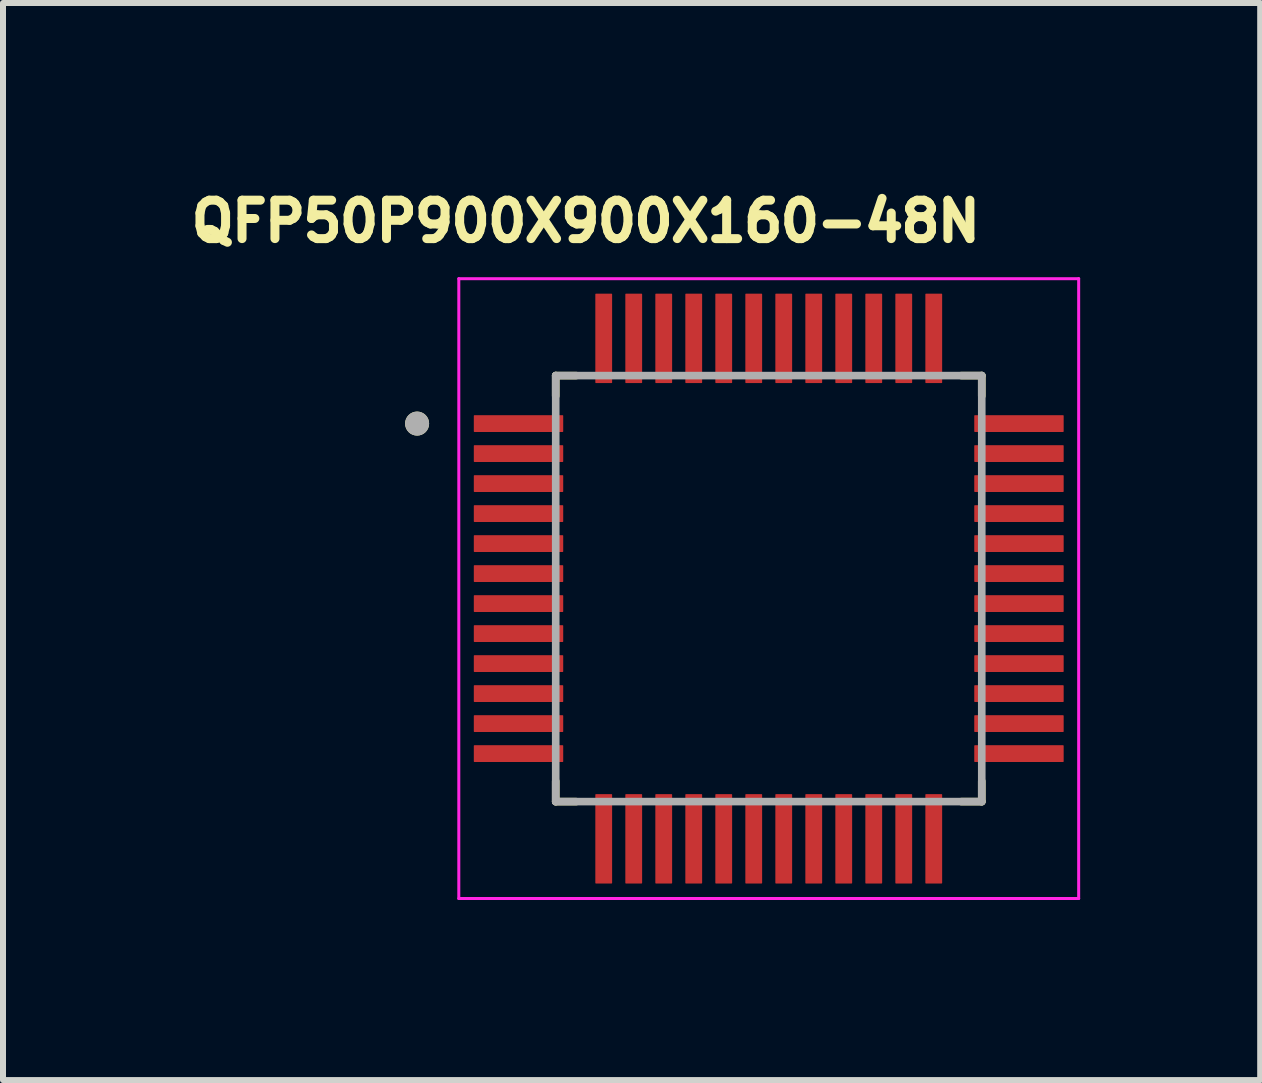
<source format=kicad_pcb>
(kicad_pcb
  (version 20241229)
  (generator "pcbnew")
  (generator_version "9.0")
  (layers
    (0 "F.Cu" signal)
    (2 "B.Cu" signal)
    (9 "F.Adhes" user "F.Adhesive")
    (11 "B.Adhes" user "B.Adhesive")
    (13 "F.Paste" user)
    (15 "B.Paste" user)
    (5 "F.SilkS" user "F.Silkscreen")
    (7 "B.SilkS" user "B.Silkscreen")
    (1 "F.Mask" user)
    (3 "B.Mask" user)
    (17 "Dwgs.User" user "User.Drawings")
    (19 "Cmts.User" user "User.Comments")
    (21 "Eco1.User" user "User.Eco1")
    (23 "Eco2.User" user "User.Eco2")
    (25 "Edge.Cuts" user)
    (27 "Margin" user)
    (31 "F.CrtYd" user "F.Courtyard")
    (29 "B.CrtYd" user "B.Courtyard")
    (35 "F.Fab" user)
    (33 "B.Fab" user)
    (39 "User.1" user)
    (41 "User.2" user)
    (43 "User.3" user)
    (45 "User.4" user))
  (footprint "QFP50P900X900X160-48N"
    (layer "F.Cu")
    (at 9.761 6.759)
    (property "Reference" "QFP50P900X900X160-48N" (at -3.048 -6.121 0) (layer "F.SilkS") (effects (font (size 0.64 0.64) (thickness 0.15))))
    (attr smd)
    (fp_line (start -3.55 -3.55) (end -3.55 -3.21) (stroke (width 0.127) (type solid)) (layer "F.SilkS"))
    (fp_line (start -3.55 -3.55) (end -3.21 -3.55) (stroke (width 0.127) (type solid)) (layer "F.SilkS"))
    (fp_line (start -3.55 3.55) (end -3.55 3.21) (stroke (width 0.127) (type solid)) (layer "F.SilkS"))
    (fp_line (start -3.55 3.55) (end -3.21 3.55) (stroke (width 0.127) (type solid)) (layer "F.SilkS"))
    (fp_line (start 3.55 -3.55) (end 3.21 -3.55) (stroke (width 0.127) (type solid)) (layer "F.SilkS"))
    (fp_line (start 3.55 -3.55) (end 3.55 -3.21) (stroke (width 0.127) (type solid)) (layer "F.SilkS"))
    (fp_line (start 3.55 3.55) (end 3.21 3.55) (stroke (width 0.127) (type solid)) (layer "F.SilkS"))
    (fp_line (start 3.55 3.55) (end 3.55 3.21) (stroke (width 0.127) (type solid)) (layer "F.SilkS"))
    (fp_circle (center -5.86 -2.75) (end -5.76 -2.75) (stroke (width 0.2) (type solid)) (fill no) (layer "F.SilkS"))
    (fp_line (start -5.165 -5.165) (end 5.165 -5.165) (stroke (width 0.05) (type solid)) (layer "F.CrtYd"))
    (fp_line (start -5.165 5.165) (end -5.165 -5.165) (stroke (width 0.05) (type solid)) (layer "F.CrtYd"))
    (fp_line (start -5.165 5.165) (end 5.165 5.165) (stroke (width 0.05) (type solid)) (layer "F.CrtYd"))
    (fp_line (start 5.165 5.165) (end 5.165 -5.165) (stroke (width 0.05) (type solid)) (layer "F.CrtYd"))
    (fp_line (start -3.55 3.55) (end -3.55 -3.55) (stroke (width 0.127) (type solid)) (layer "F.Fab"))
    (fp_line (start 3.55 -3.55) (end -3.55 -3.55) (stroke (width 0.127) (type solid)) (layer "F.Fab"))
    (fp_line (start 3.55 3.55) (end -3.55 3.55) (stroke (width 0.127) (type solid)) (layer "F.Fab"))
    (fp_line (start 3.55 3.55) (end 3.55 -3.55) (stroke (width 0.127) (type solid)) (layer "F.Fab"))
    (fp_circle (center -5.86 -2.75) (end -5.76 -2.75) (stroke (width 0.2) (type solid)) (fill no) (layer "F.Fab"))
    (pad "1" smd roundrect (at -4.17 -2.75) (size 1.49 0.28) (layers "F.Cu" "F.Mask" "F.Paste") (roundrect_rratio 0.04))
    (pad "2" smd roundrect (at -4.17 -2.25) (size 1.49 0.28) (layers "F.Cu" "F.Mask" "F.Paste") (roundrect_rratio 0.04))
    (pad "3" smd roundrect (at -4.17 -1.75) (size 1.49 0.28) (layers "F.Cu" "F.Mask" "F.Paste") (roundrect_rratio 0.04))
    (pad "4" smd roundrect (at -4.17 -1.25) (size 1.49 0.28) (layers "F.Cu" "F.Mask" "F.Paste") (roundrect_rratio 0.04))
    (pad "5" smd roundrect (at -4.17 -0.75) (size 1.49 0.28) (layers "F.Cu" "F.Mask" "F.Paste") (roundrect_rratio 0.04))
    (pad "6" smd roundrect (at -4.17 -0.25) (size 1.49 0.28) (layers "F.Cu" "F.Mask" "F.Paste") (roundrect_rratio 0.04))
    (pad "7" smd roundrect (at -4.17 0.25) (size 1.49 0.28) (layers "F.Cu" "F.Mask" "F.Paste") (roundrect_rratio 0.04))
    (pad "8" smd roundrect (at -4.17 0.75) (size 1.49 0.28) (layers "F.Cu" "F.Mask" "F.Paste") (roundrect_rratio 0.04))
    (pad "9" smd roundrect (at -4.17 1.25) (size 1.49 0.28) (layers "F.Cu" "F.Mask" "F.Paste") (roundrect_rratio 0.04))
    (pad "10" smd roundrect (at -4.17 1.75) (size 1.49 0.28) (layers "F.Cu" "F.Mask" "F.Paste") (roundrect_rratio 0.04))
    (pad "11" smd roundrect (at -4.17 2.25) (size 1.49 0.28) (layers "F.Cu" "F.Mask" "F.Paste") (roundrect_rratio 0.04))
    (pad "12" smd roundrect (at -4.17 2.75) (size 1.49 0.28) (layers "F.Cu" "F.Mask" "F.Paste") (roundrect_rratio 0.04))
    (pad "13" smd roundrect (at -2.75 4.17 90) (size 1.49 0.28) (layers "F.Cu" "F.Mask" "F.Paste") (roundrect_rratio 0.04))
    (pad "14" smd roundrect (at -2.25 4.17 90) (size 1.49 0.28) (layers "F.Cu" "F.Mask" "F.Paste") (roundrect_rratio 0.04))
    (pad "15" smd roundrect (at -1.75 4.17 90) (size 1.49 0.28) (layers "F.Cu" "F.Mask" "F.Paste") (roundrect_rratio 0.04))
    (pad "16" smd roundrect (at -1.25 4.17 90) (size 1.49 0.28) (layers "F.Cu" "F.Mask" "F.Paste") (roundrect_rratio 0.04))
    (pad "17" smd roundrect (at -0.75 4.17 90) (size 1.49 0.28) (layers "F.Cu" "F.Mask" "F.Paste") (roundrect_rratio 0.04))
    (pad "18" smd roundrect (at -0.25 4.17 90) (size 1.49 0.28) (layers "F.Cu" "F.Mask" "F.Paste") (roundrect_rratio 0.04))
    (pad "19" smd roundrect (at 0.25 4.17 90) (size 1.49 0.28) (layers "F.Cu" "F.Mask" "F.Paste") (roundrect_rratio 0.04))
    (pad "20" smd roundrect (at 0.75 4.17 90) (size 1.49 0.28) (layers "F.Cu" "F.Mask" "F.Paste") (roundrect_rratio 0.04))
    (pad "21" smd roundrect (at 1.25 4.17 90) (size 1.49 0.28) (layers "F.Cu" "F.Mask" "F.Paste") (roundrect_rratio 0.04))
    (pad "22" smd roundrect (at 1.75 4.17 90) (size 1.49 0.28) (layers "F.Cu" "F.Mask" "F.Paste") (roundrect_rratio 0.04))
    (pad "23" smd roundrect (at 2.25 4.17 90) (size 1.49 0.28) (layers "F.Cu" "F.Mask" "F.Paste") (roundrect_rratio 0.04))
    (pad "24" smd roundrect (at 2.75 4.17 90) (size 1.49 0.28) (layers "F.Cu" "F.Mask" "F.Paste") (roundrect_rratio 0.04))
    (pad "25" smd roundrect (at 4.17 2.75) (size 1.49 0.28) (layers "F.Cu" "F.Mask" "F.Paste") (roundrect_rratio 0.04))
    (pad "26" smd roundrect (at 4.17 2.25) (size 1.49 0.28) (layers "F.Cu" "F.Mask" "F.Paste") (roundrect_rratio 0.04))
    (pad "27" smd roundrect (at 4.17 1.75) (size 1.49 0.28) (layers "F.Cu" "F.Mask" "F.Paste") (roundrect_rratio 0.04))
    (pad "28" smd roundrect (at 4.17 1.25) (size 1.49 0.28) (layers "F.Cu" "F.Mask" "F.Paste") (roundrect_rratio 0.04))
    (pad "29" smd roundrect (at 4.17 0.75) (size 1.49 0.28) (layers "F.Cu" "F.Mask" "F.Paste") (roundrect_rratio 0.04))
    (pad "30" smd roundrect (at 4.17 0.25) (size 1.49 0.28) (layers "F.Cu" "F.Mask" "F.Paste") (roundrect_rratio 0.04))
    (pad "31" smd roundrect (at 4.17 -0.25) (size 1.49 0.28) (layers "F.Cu" "F.Mask" "F.Paste") (roundrect_rratio 0.04))
    (pad "32" smd roundrect (at 4.17 -0.75) (size 1.49 0.28) (layers "F.Cu" "F.Mask" "F.Paste") (roundrect_rratio 0.04))
    (pad "33" smd roundrect (at 4.17 -1.25) (size 1.49 0.28) (layers "F.Cu" "F.Mask" "F.Paste") (roundrect_rratio 0.04))
    (pad "34" smd roundrect (at 4.17 -1.75) (size 1.49 0.28) (layers "F.Cu" "F.Mask" "F.Paste") (roundrect_rratio 0.04))
    (pad "35" smd roundrect (at 4.17 -2.25) (size 1.49 0.28) (layers "F.Cu" "F.Mask" "F.Paste") (roundrect_rratio 0.04))
    (pad "36" smd roundrect (at 4.17 -2.75) (size 1.49 0.28) (layers "F.Cu" "F.Mask" "F.Paste") (roundrect_rratio 0.04))
    (pad "37" smd roundrect (at 2.75 -4.17 90) (size 1.49 0.28) (layers "F.Cu" "F.Mask" "F.Paste") (roundrect_rratio 0.04))
    (pad "38" smd roundrect (at 2.25 -4.17 90) (size 1.49 0.28) (layers "F.Cu" "F.Mask" "F.Paste") (roundrect_rratio 0.04))
    (pad "39" smd roundrect (at 1.75 -4.17 90) (size 1.49 0.28) (layers "F.Cu" "F.Mask" "F.Paste") (roundrect_rratio 0.04))
    (pad "40" smd roundrect (at 1.25 -4.17 90) (size 1.49 0.28) (layers "F.Cu" "F.Mask" "F.Paste") (roundrect_rratio 0.04))
    (pad "41" smd roundrect (at 0.75 -4.17 90) (size 1.49 0.28) (layers "F.Cu" "F.Mask" "F.Paste") (roundrect_rratio 0.04))
    (pad "42" smd roundrect (at 0.25 -4.17 90) (size 1.49 0.28) (layers "F.Cu" "F.Mask" "F.Paste") (roundrect_rratio 0.04))
    (pad "43" smd roundrect (at -0.25 -4.17 90) (size 1.49 0.28) (layers "F.Cu" "F.Mask" "F.Paste") (roundrect_rratio 0.04))
    (pad "44" smd roundrect (at -0.75 -4.17 90) (size 1.49 0.28) (layers "F.Cu" "F.Mask" "F.Paste") (roundrect_rratio 0.04))
    (pad "45" smd roundrect (at -1.25 -4.17 90) (size 1.49 0.28) (layers "F.Cu" "F.Mask" "F.Paste") (roundrect_rratio 0.04))
    (pad "46" smd roundrect (at -1.75 -4.17 90) (size 1.49 0.28) (layers "F.Cu" "F.Mask" "F.Paste") (roundrect_rratio 0.04))
    (pad "47" smd roundrect (at -2.25 -4.17 90) (size 1.49 0.28) (layers "F.Cu" "F.Mask" "F.Paste") (roundrect_rratio 0.04))
    (pad "48" smd roundrect (at -2.75 -4.17 90) (size 1.49 0.28) (layers "F.Cu" "F.Mask" "F.Paste") (roundrect_rratio 0.04)))
  (gr_rect
    (start -3 -3)
    (end 17.951 14.949)
    (stroke (width 0.1) (type default))
    (fill no)
    (layer "Edge.Cuts")))
</source>
